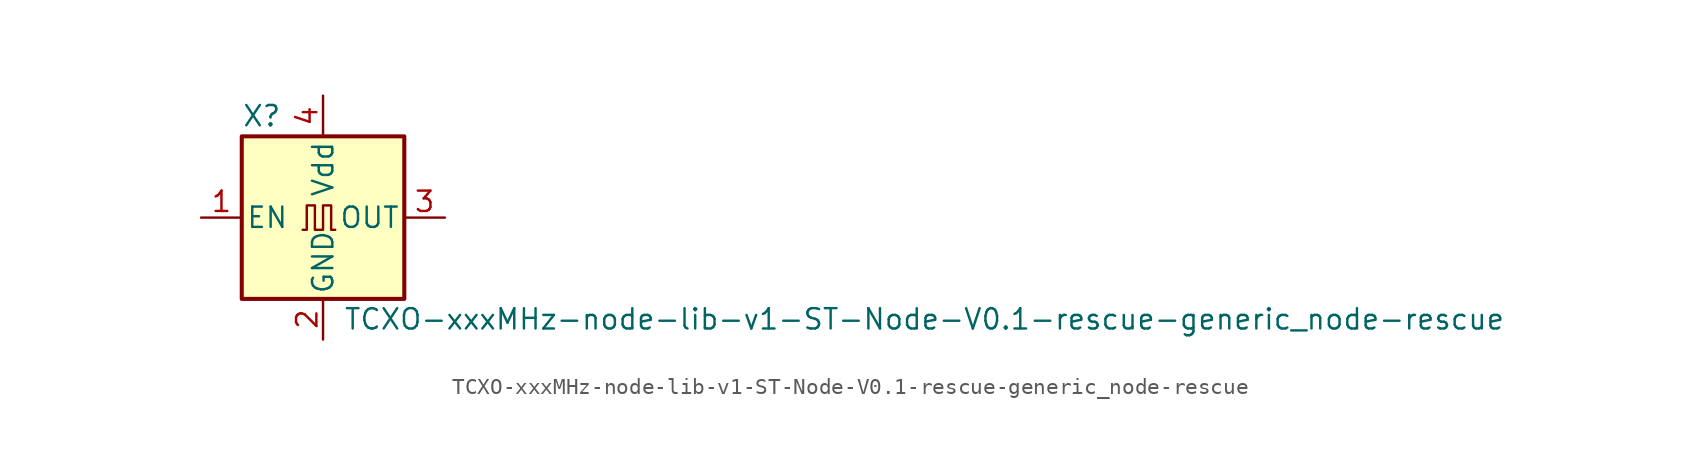
<source format=kicad_sym>
(kicad_symbol_lib
  (version 20211014)
  (generator kicad_symbol_editor)
  (symbol "TCXO-xxxMHz-node-lib-v1-ST-Node-V0.1-rescue-generic_node-rescue"
    (pin_names
      (offset 0.254))
    (property "Reference" "X"
      (at -5.08 6.35 0)
      (effects (font (size 1.27 1.27)) (justify left)))
    (property "Value" "TCXO-xxxMHz-node-lib-v1-ST-Node-V0.1-rescue-generic_node-rescue"
      (at 1.27 -6.35 0)
      (effects (font (size 1.27 1.27)) (justify left)))
    (symbol "TCXO-xxxMHz-node-lib-v1-ST-Node-V0.1-rescue-generic_node-rescue_0_1"
      (rectangle (start -5.08 5.08) (end 5.08 -5.08) (stroke (width 0.254) (type default) (color 0 0 0 0)) (fill (type background)))
      (polyline (pts (xy -1.27 -0.762) (xy -1.016 -0.762) (xy -1.016 0.762) (xy -0.508 0.762) (xy -0.508 -0.762) (xy 0 -0.762) (xy 0 0.762) (xy 0.508 0.762) (xy 0.508 -0.762) (xy 0.762 -0.762)) (stroke (width 0) (type default) (color 0 0 0 0)) (fill (type none))))
    (symbol "TCXO-xxxMHz-node-lib-v1-ST-Node-V0.1-rescue-generic_node-rescue_1_1"
      (pin input line (at -7.62 0 0) (length 2.54) (name "EN" (effects (font (size 1.27 1.27)))) (number "1" (effects (font (size 1.27 1.27)))))
      (pin power_in line (at 0 -7.62 90) (length 2.54) (name "GND" (effects (font (size 1.27 1.27)))) (number "2" (effects (font (size 1.27 1.27)))))
      (pin output line (at 7.62 0 180) (length 2.54) (name "OUT" (effects (font (size 1.27 1.27)))) (number "3" (effects (font (size 1.27 1.27)))))
      (pin passive line (at 0 7.62 270) (length 2.54) (name "Vdd" (effects (font (size 1.27 1.27)))) (number "4" (effects (font (size 1.27 1.27))))))))
</source>
